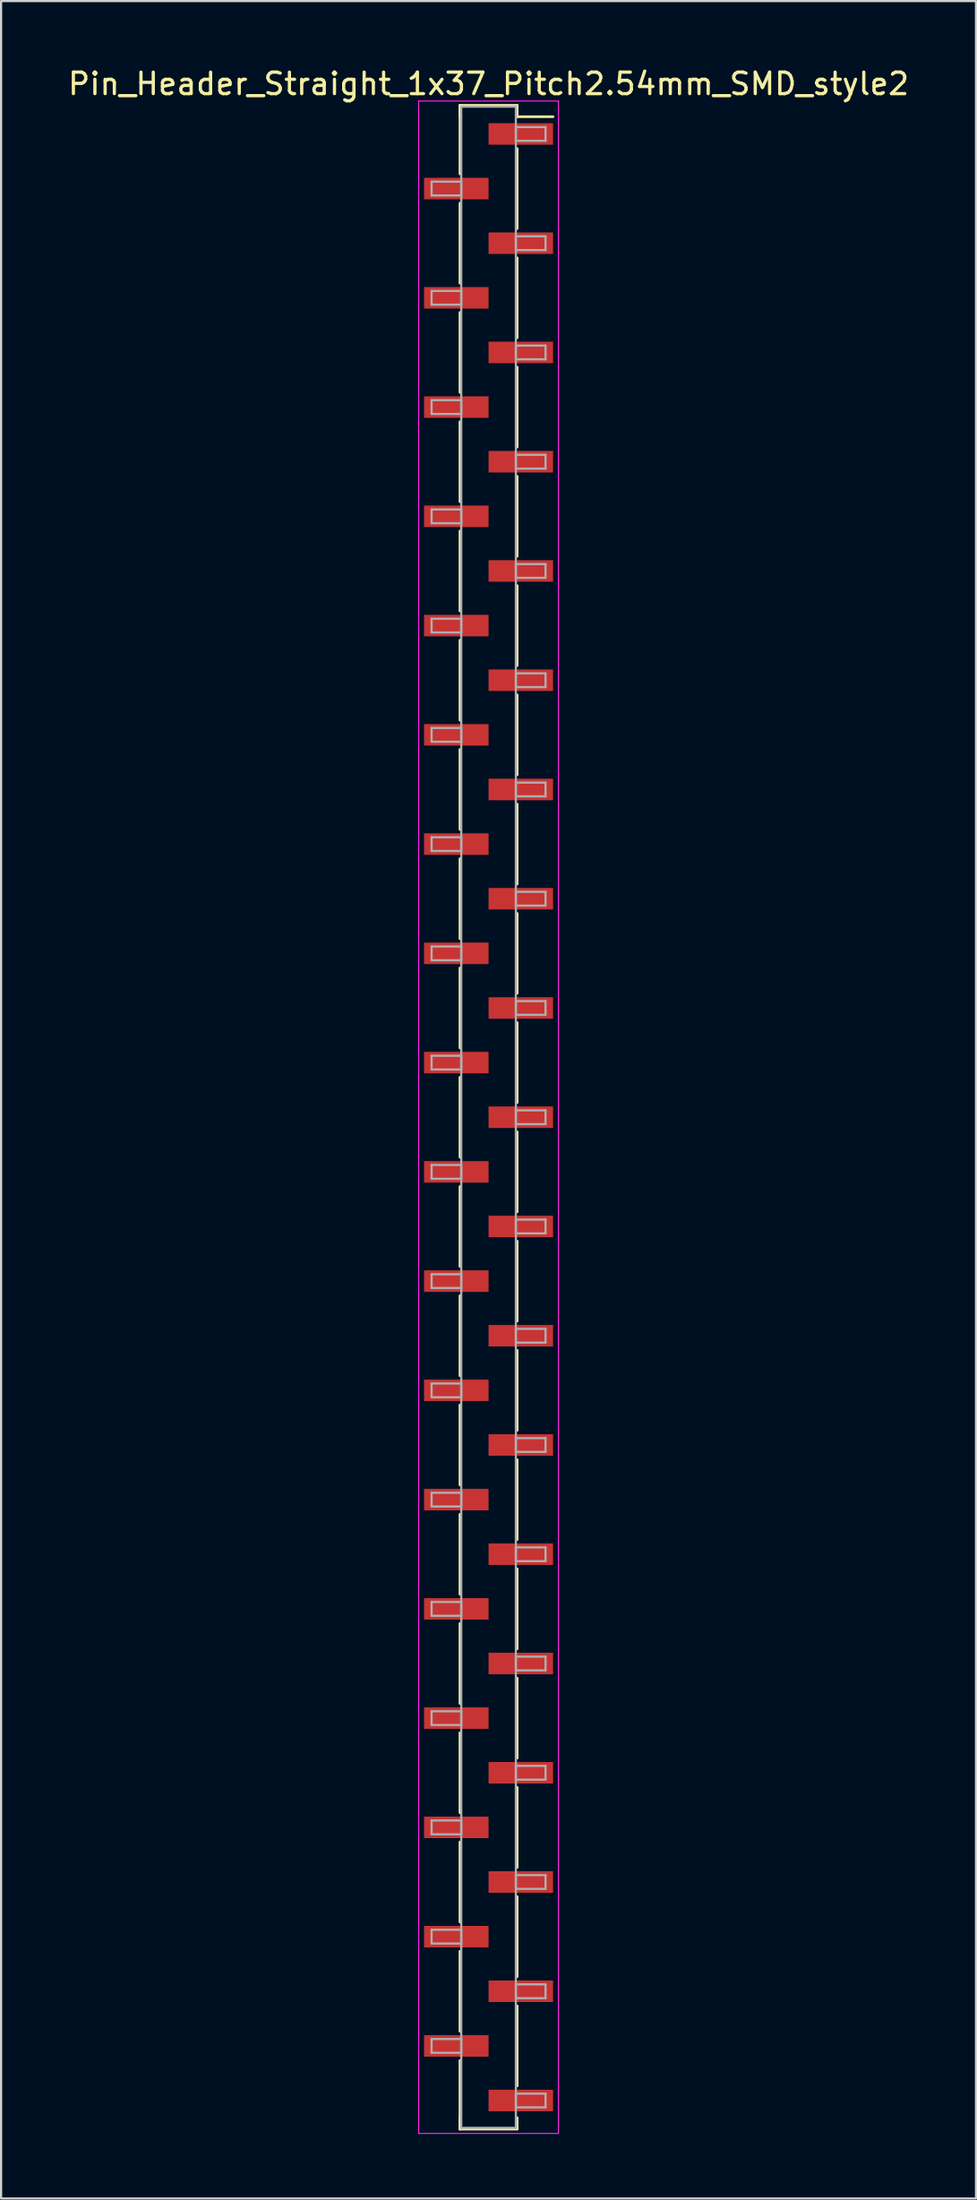
<source format=kicad_pcb>
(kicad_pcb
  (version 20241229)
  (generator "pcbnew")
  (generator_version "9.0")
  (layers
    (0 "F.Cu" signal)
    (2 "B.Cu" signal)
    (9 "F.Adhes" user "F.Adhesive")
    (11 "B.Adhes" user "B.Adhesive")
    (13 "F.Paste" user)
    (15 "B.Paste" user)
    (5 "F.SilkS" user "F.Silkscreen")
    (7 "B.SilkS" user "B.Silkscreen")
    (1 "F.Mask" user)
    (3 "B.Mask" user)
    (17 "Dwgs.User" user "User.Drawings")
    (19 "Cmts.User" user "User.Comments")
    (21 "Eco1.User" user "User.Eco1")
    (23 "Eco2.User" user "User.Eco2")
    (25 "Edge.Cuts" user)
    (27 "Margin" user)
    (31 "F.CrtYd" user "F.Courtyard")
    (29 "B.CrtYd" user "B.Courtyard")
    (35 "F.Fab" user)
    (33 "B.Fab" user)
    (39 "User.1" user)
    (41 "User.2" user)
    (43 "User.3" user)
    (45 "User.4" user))
  (footprint "Pin_Header_Straight_1x37_Pitch2.54mm_SMD_style2"
    (layer "F.Cu")
    (at 19.673 48.898)
    (property "Reference" "Pin_Header_Straight_1x37_Pitch2.54mm_SMD_style2" (at 0 -48.05 0) (layer "F.SilkS") (effects (font (size 1 1) (thickness 0.15))))
    (attr smd)
    (fp_line (start -1.33 -47.05) (end -1.33 -43.86) (stroke (width 0.12) (type solid)) (layer "F.SilkS"))
    (fp_line (start -1.33 -47.05) (end 1.33 -47.05) (stroke (width 0.12) (type solid)) (layer "F.SilkS"))
    (fp_line (start -1.33 -46.52) (end -1.33 -47.05) (stroke (width 0.12) (type solid)) (layer "F.SilkS"))
    (fp_line (start -1.33 -42.5) (end -1.33 -38.78) (stroke (width 0.12) (type solid)) (layer "F.SilkS"))
    (fp_line (start -1.33 -37.42) (end -1.33 -33.7) (stroke (width 0.12) (type solid)) (layer "F.SilkS"))
    (fp_line (start -1.33 -32.34) (end -1.33 -28.62) (stroke (width 0.12) (type solid)) (layer "F.SilkS"))
    (fp_line (start -1.33 -27.26) (end -1.33 -23.54) (stroke (width 0.12) (type solid)) (layer "F.SilkS"))
    (fp_line (start -1.33 -22.18) (end -1.33 -18.46) (stroke (width 0.12) (type solid)) (layer "F.SilkS"))
    (fp_line (start -1.33 -17.1) (end -1.33 -13.38) (stroke (width 0.12) (type solid)) (layer "F.SilkS"))
    (fp_line (start -1.33 -12.02) (end -1.33 -8.3) (stroke (width 0.12) (type solid)) (layer "F.SilkS"))
    (fp_line (start -1.33 -6.94) (end -1.33 -3.22) (stroke (width 0.12) (type solid)) (layer "F.SilkS"))
    (fp_line (start -1.33 -1.86) (end -1.33 1.86) (stroke (width 0.12) (type solid)) (layer "F.SilkS"))
    (fp_line (start -1.33 3.22) (end -1.33 6.94) (stroke (width 0.12) (type solid)) (layer "F.SilkS"))
    (fp_line (start -1.33 8.3) (end -1.33 12.02) (stroke (width 0.12) (type solid)) (layer "F.SilkS"))
    (fp_line (start -1.33 13.38) (end -1.33 17.1) (stroke (width 0.12) (type solid)) (layer "F.SilkS"))
    (fp_line (start -1.33 18.46) (end -1.33 22.18) (stroke (width 0.12) (type solid)) (layer "F.SilkS"))
    (fp_line (start -1.33 23.54) (end -1.33 27.26) (stroke (width 0.12) (type solid)) (layer "F.SilkS"))
    (fp_line (start -1.33 28.62) (end -1.33 32.34) (stroke (width 0.12) (type solid)) (layer "F.SilkS"))
    (fp_line (start -1.33 33.7) (end -1.33 37.42) (stroke (width 0.12) (type solid)) (layer "F.SilkS"))
    (fp_line (start -1.33 38.78) (end -1.33 42.5) (stroke (width 0.12) (type solid)) (layer "F.SilkS"))
    (fp_line (start -1.33 43.86) (end -1.33 47.05) (stroke (width 0.12) (type solid)) (layer "F.SilkS"))
    (fp_line (start -1.33 46.52) (end -1.33 47.05) (stroke (width 0.12) (type solid)) (layer "F.SilkS"))
    (fp_line (start -1.33 47.05) (end 1.33 47.05) (stroke (width 0.12) (type solid)) (layer "F.SilkS"))
    (fp_line (start 1.33 -47.05) (end 1.33 -46.52) (stroke (width 0.12) (type solid)) (layer "F.SilkS"))
    (fp_line (start 1.33 -46.52) (end 3 -46.52) (stroke (width 0.12) (type solid)) (layer "F.SilkS"))
    (fp_line (start 1.33 -45.04) (end 1.33 -41.32) (stroke (width 0.12) (type solid)) (layer "F.SilkS"))
    (fp_line (start 1.33 -39.96) (end 1.33 -36.24) (stroke (width 0.12) (type solid)) (layer "F.SilkS"))
    (fp_line (start 1.33 -34.88) (end 1.33 -31.16) (stroke (width 0.12) (type solid)) (layer "F.SilkS"))
    (fp_line (start 1.33 -29.8) (end 1.33 -26.08) (stroke (width 0.12) (type solid)) (layer "F.SilkS"))
    (fp_line (start 1.33 -24.72) (end 1.33 -21) (stroke (width 0.12) (type solid)) (layer "F.SilkS"))
    (fp_line (start 1.33 -19.64) (end 1.33 -15.92) (stroke (width 0.12) (type solid)) (layer "F.SilkS"))
    (fp_line (start 1.33 -14.56) (end 1.33 -10.84) (stroke (width 0.12) (type solid)) (layer "F.SilkS"))
    (fp_line (start 1.33 -9.48) (end 1.33 -5.76) (stroke (width 0.12) (type solid)) (layer "F.SilkS"))
    (fp_line (start 1.33 -4.4) (end 1.33 -0.68) (stroke (width 0.12) (type solid)) (layer "F.SilkS"))
    (fp_line (start 1.33 0.68) (end 1.33 4.4) (stroke (width 0.12) (type solid)) (layer "F.SilkS"))
    (fp_line (start 1.33 5.76) (end 1.33 9.48) (stroke (width 0.12) (type solid)) (layer "F.SilkS"))
    (fp_line (start 1.33 10.84) (end 1.33 14.56) (stroke (width 0.12) (type solid)) (layer "F.SilkS"))
    (fp_line (start 1.33 15.92) (end 1.33 19.64) (stroke (width 0.12) (type solid)) (layer "F.SilkS"))
    (fp_line (start 1.33 21) (end 1.33 24.72) (stroke (width 0.12) (type solid)) (layer "F.SilkS"))
    (fp_line (start 1.33 26.08) (end 1.33 29.8) (stroke (width 0.12) (type solid)) (layer "F.SilkS"))
    (fp_line (start 1.33 31.16) (end 1.33 34.88) (stroke (width 0.12) (type solid)) (layer "F.SilkS"))
    (fp_line (start 1.33 36.24) (end 1.33 39.96) (stroke (width 0.12) (type solid)) (layer "F.SilkS"))
    (fp_line (start 1.33 41.32) (end 1.33 45.04) (stroke (width 0.12) (type solid)) (layer "F.SilkS"))
    (fp_line (start 1.33 47.05) (end 1.33 46.52) (stroke (width 0.12) (type solid)) (layer "F.SilkS"))
    (fp_line (start -3.25 -47.25) (end -3.25 47.25) (stroke (width 0.05) (type solid)) (layer "F.CrtYd"))
    (fp_line (start -3.25 47.25) (end 3.25 47.25) (stroke (width 0.05) (type solid)) (layer "F.CrtYd"))
    (fp_line (start 3.25 -47.25) (end -3.25 -47.25) (stroke (width 0.05) (type solid)) (layer "F.CrtYd"))
    (fp_line (start 3.25 47.25) (end 3.25 -47.25) (stroke (width 0.05) (type solid)) (layer "F.CrtYd"))
    (fp_line (start -2.65 -43.5) (end -1.27 -43.5) (stroke (width 0.1) (type solid)) (layer "F.Fab"))
    (fp_line (start -2.65 -42.86) (end -2.65 -43.5) (stroke (width 0.1) (type solid)) (layer "F.Fab"))
    (fp_line (start -2.65 -38.42) (end -1.27 -38.42) (stroke (width 0.1) (type solid)) (layer "F.Fab"))
    (fp_line (start -2.65 -37.78) (end -2.65 -38.42) (stroke (width 0.1) (type solid)) (layer "F.Fab"))
    (fp_line (start -2.65 -33.34) (end -1.27 -33.34) (stroke (width 0.1) (type solid)) (layer "F.Fab"))
    (fp_line (start -2.65 -32.7) (end -2.65 -33.34) (stroke (width 0.1) (type solid)) (layer "F.Fab"))
    (fp_line (start -2.65 -28.26) (end -1.27 -28.26) (stroke (width 0.1) (type solid)) (layer "F.Fab"))
    (fp_line (start -2.65 -27.62) (end -2.65 -28.26) (stroke (width 0.1) (type solid)) (layer "F.Fab"))
    (fp_line (start -2.65 -23.18) (end -1.27 -23.18) (stroke (width 0.1) (type solid)) (layer "F.Fab"))
    (fp_line (start -2.65 -22.54) (end -2.65 -23.18) (stroke (width 0.1) (type solid)) (layer "F.Fab"))
    (fp_line (start -2.65 -18.1) (end -1.27 -18.1) (stroke (width 0.1) (type solid)) (layer "F.Fab"))
    (fp_line (start -2.65 -17.46) (end -2.65 -18.1) (stroke (width 0.1) (type solid)) (layer "F.Fab"))
    (fp_line (start -2.65 -13.02) (end -1.27 -13.02) (stroke (width 0.1) (type solid)) (layer "F.Fab"))
    (fp_line (start -2.65 -12.38) (end -2.65 -13.02) (stroke (width 0.1) (type solid)) (layer "F.Fab"))
    (fp_line (start -2.65 -7.94) (end -1.27 -7.94) (stroke (width 0.1) (type solid)) (layer "F.Fab"))
    (fp_line (start -2.65 -7.3) (end -2.65 -7.94) (stroke (width 0.1) (type solid)) (layer "F.Fab"))
    (fp_line (start -2.65 -2.86) (end -1.27 -2.86) (stroke (width 0.1) (type solid)) (layer "F.Fab"))
    (fp_line (start -2.65 -2.22) (end -2.65 -2.86) (stroke (width 0.1) (type solid)) (layer "F.Fab"))
    (fp_line (start -2.65 2.22) (end -1.27 2.22) (stroke (width 0.1) (type solid)) (layer "F.Fab"))
    (fp_line (start -2.65 2.86) (end -2.65 2.22) (stroke (width 0.1) (type solid)) (layer "F.Fab"))
    (fp_line (start -2.65 7.3) (end -1.27 7.3) (stroke (width 0.1) (type solid)) (layer "F.Fab"))
    (fp_line (start -2.65 7.94) (end -2.65 7.3) (stroke (width 0.1) (type solid)) (layer "F.Fab"))
    (fp_line (start -2.65 12.38) (end -1.27 12.38) (stroke (width 0.1) (type solid)) (layer "F.Fab"))
    (fp_line (start -2.65 13.02) (end -2.65 12.38) (stroke (width 0.1) (type solid)) (layer "F.Fab"))
    (fp_line (start -2.65 17.46) (end -1.27 17.46) (stroke (width 0.1) (type solid)) (layer "F.Fab"))
    (fp_line (start -2.65 18.1) (end -2.65 17.46) (stroke (width 0.1) (type solid)) (layer "F.Fab"))
    (fp_line (start -2.65 22.54) (end -1.27 22.54) (stroke (width 0.1) (type solid)) (layer "F.Fab"))
    (fp_line (start -2.65 23.18) (end -2.65 22.54) (stroke (width 0.1) (type solid)) (layer "F.Fab"))
    (fp_line (start -2.65 27.62) (end -1.27 27.62) (stroke (width 0.1) (type solid)) (layer "F.Fab"))
    (fp_line (start -2.65 28.26) (end -2.65 27.62) (stroke (width 0.1) (type solid)) (layer "F.Fab"))
    (fp_line (start -2.65 32.7) (end -1.27 32.7) (stroke (width 0.1) (type solid)) (layer "F.Fab"))
    (fp_line (start -2.65 33.34) (end -2.65 32.7) (stroke (width 0.1) (type solid)) (layer "F.Fab"))
    (fp_line (start -2.65 37.78) (end -1.27 37.78) (stroke (width 0.1) (type solid)) (layer "F.Fab"))
    (fp_line (start -2.65 38.42) (end -2.65 37.78) (stroke (width 0.1) (type solid)) (layer "F.Fab"))
    (fp_line (start -2.65 42.86) (end -1.27 42.86) (stroke (width 0.1) (type solid)) (layer "F.Fab"))
    (fp_line (start -2.65 43.5) (end -2.65 42.86) (stroke (width 0.1) (type solid)) (layer "F.Fab"))
    (fp_line (start -1.27 -46.99) (end -1.27 46.99) (stroke (width 0.1) (type solid)) (layer "F.Fab"))
    (fp_line (start -1.27 -43.5) (end -1.27 -42.86) (stroke (width 0.1) (type solid)) (layer "F.Fab"))
    (fp_line (start -1.27 -42.86) (end -2.65 -42.86) (stroke (width 0.1) (type solid)) (layer "F.Fab"))
    (fp_line (start -1.27 -38.42) (end -1.27 -37.78) (stroke (width 0.1) (type solid)) (layer "F.Fab"))
    (fp_line (start -1.27 -37.78) (end -2.65 -37.78) (stroke (width 0.1) (type solid)) (layer "F.Fab"))
    (fp_line (start -1.27 -33.34) (end -1.27 -32.7) (stroke (width 0.1) (type solid)) (layer "F.Fab"))
    (fp_line (start -1.27 -32.7) (end -2.65 -32.7) (stroke (width 0.1) (type solid)) (layer "F.Fab"))
    (fp_line (start -1.27 -28.26) (end -1.27 -27.62) (stroke (width 0.1) (type solid)) (layer "F.Fab"))
    (fp_line (start -1.27 -27.62) (end -2.65 -27.62) (stroke (width 0.1) (type solid)) (layer "F.Fab"))
    (fp_line (start -1.27 -23.18) (end -1.27 -22.54) (stroke (width 0.1) (type solid)) (layer "F.Fab"))
    (fp_line (start -1.27 -22.54) (end -2.65 -22.54) (stroke (width 0.1) (type solid)) (layer "F.Fab"))
    (fp_line (start -1.27 -18.1) (end -1.27 -17.46) (stroke (width 0.1) (type solid)) (layer "F.Fab"))
    (fp_line (start -1.27 -17.46) (end -2.65 -17.46) (stroke (width 0.1) (type solid)) (layer "F.Fab"))
    (fp_line (start -1.27 -13.02) (end -1.27 -12.38) (stroke (width 0.1) (type solid)) (layer "F.Fab"))
    (fp_line (start -1.27 -12.38) (end -2.65 -12.38) (stroke (width 0.1) (type solid)) (layer "F.Fab"))
    (fp_line (start -1.27 -7.94) (end -1.27 -7.3) (stroke (width 0.1) (type solid)) (layer "F.Fab"))
    (fp_line (start -1.27 -7.3) (end -2.65 -7.3) (stroke (width 0.1) (type solid)) (layer "F.Fab"))
    (fp_line (start -1.27 -2.86) (end -1.27 -2.22) (stroke (width 0.1) (type solid)) (layer "F.Fab"))
    (fp_line (start -1.27 -2.22) (end -2.65 -2.22) (stroke (width 0.1) (type solid)) (layer "F.Fab"))
    (fp_line (start -1.27 2.22) (end -1.27 2.86) (stroke (width 0.1) (type solid)) (layer "F.Fab"))
    (fp_line (start -1.27 2.86) (end -2.65 2.86) (stroke (width 0.1) (type solid)) (layer "F.Fab"))
    (fp_line (start -1.27 7.3) (end -1.27 7.94) (stroke (width 0.1) (type solid)) (layer "F.Fab"))
    (fp_line (start -1.27 7.94) (end -2.65 7.94) (stroke (width 0.1) (type solid)) (layer "F.Fab"))
    (fp_line (start -1.27 12.38) (end -1.27 13.02) (stroke (width 0.1) (type solid)) (layer "F.Fab"))
    (fp_line (start -1.27 13.02) (end -2.65 13.02) (stroke (width 0.1) (type solid)) (layer "F.Fab"))
    (fp_line (start -1.27 17.46) (end -1.27 18.1) (stroke (width 0.1) (type solid)) (layer "F.Fab"))
    (fp_line (start -1.27 18.1) (end -2.65 18.1) (stroke (width 0.1) (type solid)) (layer "F.Fab"))
    (fp_line (start -1.27 22.54) (end -1.27 23.18) (stroke (width 0.1) (type solid)) (layer "F.Fab"))
    (fp_line (start -1.27 23.18) (end -2.65 23.18) (stroke (width 0.1) (type solid)) (layer "F.Fab"))
    (fp_line (start -1.27 27.62) (end -1.27 28.26) (stroke (width 0.1) (type solid)) (layer "F.Fab"))
    (fp_line (start -1.27 28.26) (end -2.65 28.26) (stroke (width 0.1) (type solid)) (layer "F.Fab"))
    (fp_line (start -1.27 32.7) (end -1.27 33.34) (stroke (width 0.1) (type solid)) (layer "F.Fab"))
    (fp_line (start -1.27 33.34) (end -2.65 33.34) (stroke (width 0.1) (type solid)) (layer "F.Fab"))
    (fp_line (start -1.27 37.78) (end -1.27 38.42) (stroke (width 0.1) (type solid)) (layer "F.Fab"))
    (fp_line (start -1.27 38.42) (end -2.65 38.42) (stroke (width 0.1) (type solid)) (layer "F.Fab"))
    (fp_line (start -1.27 42.86) (end -1.27 43.5) (stroke (width 0.1) (type solid)) (layer "F.Fab"))
    (fp_line (start -1.27 43.5) (end -2.65 43.5) (stroke (width 0.1) (type solid)) (layer "F.Fab"))
    (fp_line (start -1.27 46.99) (end 1.27 46.99) (stroke (width 0.1) (type solid)) (layer "F.Fab"))
    (fp_line (start 1.27 -46.99) (end -1.27 -46.99) (stroke (width 0.1) (type solid)) (layer "F.Fab"))
    (fp_line (start 1.27 -46.04) (end 1.27 -45.4) (stroke (width 0.1) (type solid)) (layer "F.Fab"))
    (fp_line (start 1.27 -45.4) (end 2.65 -45.4) (stroke (width 0.1) (type solid)) (layer "F.Fab"))
    (fp_line (start 1.27 -40.96) (end 1.27 -40.32) (stroke (width 0.1) (type solid)) (layer "F.Fab"))
    (fp_line (start 1.27 -40.32) (end 2.65 -40.32) (stroke (width 0.1) (type solid)) (layer "F.Fab"))
    (fp_line (start 1.27 -35.88) (end 1.27 -35.24) (stroke (width 0.1) (type solid)) (layer "F.Fab"))
    (fp_line (start 1.27 -35.24) (end 2.65 -35.24) (stroke (width 0.1) (type solid)) (layer "F.Fab"))
    (fp_line (start 1.27 -30.8) (end 1.27 -30.16) (stroke (width 0.1) (type solid)) (layer "F.Fab"))
    (fp_line (start 1.27 -30.16) (end 2.65 -30.16) (stroke (width 0.1) (type solid)) (layer "F.Fab"))
    (fp_line (start 1.27 -25.72) (end 1.27 -25.08) (stroke (width 0.1) (type solid)) (layer "F.Fab"))
    (fp_line (start 1.27 -25.08) (end 2.65 -25.08) (stroke (width 0.1) (type solid)) (layer "F.Fab"))
    (fp_line (start 1.27 -20.64) (end 1.27 -20) (stroke (width 0.1) (type solid)) (layer "F.Fab"))
    (fp_line (start 1.27 -20) (end 2.65 -20) (stroke (width 0.1) (type solid)) (layer "F.Fab"))
    (fp_line (start 1.27 -15.56) (end 1.27 -14.92) (stroke (width 0.1) (type solid)) (layer "F.Fab"))
    (fp_line (start 1.27 -14.92) (end 2.65 -14.92) (stroke (width 0.1) (type solid)) (layer "F.Fab"))
    (fp_line (start 1.27 -10.48) (end 1.27 -9.84) (stroke (width 0.1) (type solid)) (layer "F.Fab"))
    (fp_line (start 1.27 -9.84) (end 2.65 -9.84) (stroke (width 0.1) (type solid)) (layer "F.Fab"))
    (fp_line (start 1.27 -5.4) (end 1.27 -4.76) (stroke (width 0.1) (type solid)) (layer "F.Fab"))
    (fp_line (start 1.27 -4.76) (end 2.65 -4.76) (stroke (width 0.1) (type solid)) (layer "F.Fab"))
    (fp_line (start 1.27 -0.32) (end 1.27 0.32) (stroke (width 0.1) (type solid)) (layer "F.Fab"))
    (fp_line (start 1.27 0.32) (end 2.65 0.32) (stroke (width 0.1) (type solid)) (layer "F.Fab"))
    (fp_line (start 1.27 4.76) (end 1.27 5.4) (stroke (width 0.1) (type solid)) (layer "F.Fab"))
    (fp_line (start 1.27 5.4) (end 2.65 5.4) (stroke (width 0.1) (type solid)) (layer "F.Fab"))
    (fp_line (start 1.27 9.84) (end 1.27 10.48) (stroke (width 0.1) (type solid)) (layer "F.Fab"))
    (fp_line (start 1.27 10.48) (end 2.65 10.48) (stroke (width 0.1) (type solid)) (layer "F.Fab"))
    (fp_line (start 1.27 14.92) (end 1.27 15.56) (stroke (width 0.1) (type solid)) (layer "F.Fab"))
    (fp_line (start 1.27 15.56) (end 2.65 15.56) (stroke (width 0.1) (type solid)) (layer "F.Fab"))
    (fp_line (start 1.27 20) (end 1.27 20.64) (stroke (width 0.1) (type solid)) (layer "F.Fab"))
    (fp_line (start 1.27 20.64) (end 2.65 20.64) (stroke (width 0.1) (type solid)) (layer "F.Fab"))
    (fp_line (start 1.27 25.08) (end 1.27 25.72) (stroke (width 0.1) (type solid)) (layer "F.Fab"))
    (fp_line (start 1.27 25.72) (end 2.65 25.72) (stroke (width 0.1) (type solid)) (layer "F.Fab"))
    (fp_line (start 1.27 30.16) (end 1.27 30.8) (stroke (width 0.1) (type solid)) (layer "F.Fab"))
    (fp_line (start 1.27 30.8) (end 2.65 30.8) (stroke (width 0.1) (type solid)) (layer "F.Fab"))
    (fp_line (start 1.27 35.24) (end 1.27 35.88) (stroke (width 0.1) (type solid)) (layer "F.Fab"))
    (fp_line (start 1.27 35.88) (end 2.65 35.88) (stroke (width 0.1) (type solid)) (layer "F.Fab"))
    (fp_line (start 1.27 40.32) (end 1.27 40.96) (stroke (width 0.1) (type solid)) (layer "F.Fab"))
    (fp_line (start 1.27 40.96) (end 2.65 40.96) (stroke (width 0.1) (type solid)) (layer "F.Fab"))
    (fp_line (start 1.27 45.4) (end 1.27 46.04) (stroke (width 0.1) (type solid)) (layer "F.Fab"))
    (fp_line (start 1.27 46.04) (end 2.65 46.04) (stroke (width 0.1) (type solid)) (layer "F.Fab"))
    (fp_line (start 1.27 46.99) (end 1.27 -46.99) (stroke (width 0.1) (type solid)) (layer "F.Fab"))
    (fp_line (start 2.65 -46.04) (end 1.27 -46.04) (stroke (width 0.1) (type solid)) (layer "F.Fab"))
    (fp_line (start 2.65 -45.4) (end 2.65 -46.04) (stroke (width 0.1) (type solid)) (layer "F.Fab"))
    (fp_line (start 2.65 -40.96) (end 1.27 -40.96) (stroke (width 0.1) (type solid)) (layer "F.Fab"))
    (fp_line (start 2.65 -40.32) (end 2.65 -40.96) (stroke (width 0.1) (type solid)) (layer "F.Fab"))
    (fp_line (start 2.65 -35.88) (end 1.27 -35.88) (stroke (width 0.1) (type solid)) (layer "F.Fab"))
    (fp_line (start 2.65 -35.24) (end 2.65 -35.88) (stroke (width 0.1) (type solid)) (layer "F.Fab"))
    (fp_line (start 2.65 -30.8) (end 1.27 -30.8) (stroke (width 0.1) (type solid)) (layer "F.Fab"))
    (fp_line (start 2.65 -30.16) (end 2.65 -30.8) (stroke (width 0.1) (type solid)) (layer "F.Fab"))
    (fp_line (start 2.65 -25.72) (end 1.27 -25.72) (stroke (width 0.1) (type solid)) (layer "F.Fab"))
    (fp_line (start 2.65 -25.08) (end 2.65 -25.72) (stroke (width 0.1) (type solid)) (layer "F.Fab"))
    (fp_line (start 2.65 -20.64) (end 1.27 -20.64) (stroke (width 0.1) (type solid)) (layer "F.Fab"))
    (fp_line (start 2.65 -20) (end 2.65 -20.64) (stroke (width 0.1) (type solid)) (layer "F.Fab"))
    (fp_line (start 2.65 -15.56) (end 1.27 -15.56) (stroke (width 0.1) (type solid)) (layer "F.Fab"))
    (fp_line (start 2.65 -14.92) (end 2.65 -15.56) (stroke (width 0.1) (type solid)) (layer "F.Fab"))
    (fp_line (start 2.65 -10.48) (end 1.27 -10.48) (stroke (width 0.1) (type solid)) (layer "F.Fab"))
    (fp_line (start 2.65 -9.84) (end 2.65 -10.48) (stroke (width 0.1) (type solid)) (layer "F.Fab"))
    (fp_line (start 2.65 -5.4) (end 1.27 -5.4) (stroke (width 0.1) (type solid)) (layer "F.Fab"))
    (fp_line (start 2.65 -4.76) (end 2.65 -5.4) (stroke (width 0.1) (type solid)) (layer "F.Fab"))
    (fp_line (start 2.65 -0.32) (end 1.27 -0.32) (stroke (width 0.1) (type solid)) (layer "F.Fab"))
    (fp_line (start 2.65 0.32) (end 2.65 -0.32) (stroke (width 0.1) (type solid)) (layer "F.Fab"))
    (fp_line (start 2.65 4.76) (end 1.27 4.76) (stroke (width 0.1) (type solid)) (layer "F.Fab"))
    (fp_line (start 2.65 5.4) (end 2.65 4.76) (stroke (width 0.1) (type solid)) (layer "F.Fab"))
    (fp_line (start 2.65 9.84) (end 1.27 9.84) (stroke (width 0.1) (type solid)) (layer "F.Fab"))
    (fp_line (start 2.65 10.48) (end 2.65 9.84) (stroke (width 0.1) (type solid)) (layer "F.Fab"))
    (fp_line (start 2.65 14.92) (end 1.27 14.92) (stroke (width 0.1) (type solid)) (layer "F.Fab"))
    (fp_line (start 2.65 15.56) (end 2.65 14.92) (stroke (width 0.1) (type solid)) (layer "F.Fab"))
    (fp_line (start 2.65 20) (end 1.27 20) (stroke (width 0.1) (type solid)) (layer "F.Fab"))
    (fp_line (start 2.65 20.64) (end 2.65 20) (stroke (width 0.1) (type solid)) (layer "F.Fab"))
    (fp_line (start 2.65 25.08) (end 1.27 25.08) (stroke (width 0.1) (type solid)) (layer "F.Fab"))
    (fp_line (start 2.65 25.72) (end 2.65 25.08) (stroke (width 0.1) (type solid)) (layer "F.Fab"))
    (fp_line (start 2.65 30.16) (end 1.27 30.16) (stroke (width 0.1) (type solid)) (layer "F.Fab"))
    (fp_line (start 2.65 30.8) (end 2.65 30.16) (stroke (width 0.1) (type solid)) (layer "F.Fab"))
    (fp_line (start 2.65 35.24) (end 1.27 35.24) (stroke (width 0.1) (type solid)) (layer "F.Fab"))
    (fp_line (start 2.65 35.88) (end 2.65 35.24) (stroke (width 0.1) (type solid)) (layer "F.Fab"))
    (fp_line (start 2.65 40.32) (end 1.27 40.32) (stroke (width 0.1) (type solid)) (layer "F.Fab"))
    (fp_line (start 2.65 40.96) (end 2.65 40.32) (stroke (width 0.1) (type solid)) (layer "F.Fab"))
    (fp_line (start 2.65 45.4) (end 1.27 45.4) (stroke (width 0.1) (type solid)) (layer "F.Fab"))
    (fp_line (start 2.65 46.04) (end 2.65 45.4) (stroke (width 0.1) (type solid)) (layer "F.Fab"))
    (pad "1" smd rect (at 1.5 -45.72) (size 3 1) (layers "F.Cu" "F.Mask"))
    (pad "2" smd rect (at -1.5 -43.18) (size 3 1) (layers "F.Cu" "F.Mask"))
    (pad "3" smd rect (at 1.5 -40.64) (size 3 1) (layers "F.Cu" "F.Mask"))
    (pad "4" smd rect (at -1.5 -38.1) (size 3 1) (layers "F.Cu" "F.Mask"))
    (pad "5" smd rect (at 1.5 -35.56) (size 3 1) (layers "F.Cu" "F.Mask"))
    (pad "6" smd rect (at -1.5 -33.02) (size 3 1) (layers "F.Cu" "F.Mask"))
    (pad "7" smd rect (at 1.5 -30.48) (size 3 1) (layers "F.Cu" "F.Mask"))
    (pad "8" smd rect (at -1.5 -27.94) (size 3 1) (layers "F.Cu" "F.Mask"))
    (pad "9" smd rect (at 1.5 -25.4) (size 3 1) (layers "F.Cu" "F.Mask"))
    (pad "10" smd rect (at -1.5 -22.86) (size 3 1) (layers "F.Cu" "F.Mask"))
    (pad "11" smd rect (at 1.5 -20.32) (size 3 1) (layers "F.Cu" "F.Mask"))
    (pad "12" smd rect (at -1.5 -17.78) (size 3 1) (layers "F.Cu" "F.Mask"))
    (pad "13" smd rect (at 1.5 -15.24) (size 3 1) (layers "F.Cu" "F.Mask"))
    (pad "14" smd rect (at -1.5 -12.7) (size 3 1) (layers "F.Cu" "F.Mask"))
    (pad "15" smd rect (at 1.5 -10.16) (size 3 1) (layers "F.Cu" "F.Mask"))
    (pad "16" smd rect (at -1.5 -7.62) (size 3 1) (layers "F.Cu" "F.Mask"))
    (pad "17" smd rect (at 1.5 -5.08) (size 3 1) (layers "F.Cu" "F.Mask"))
    (pad "18" smd rect (at -1.5 -2.54) (size 3 1) (layers "F.Cu" "F.Mask"))
    (pad "19" smd rect (at 1.5 0) (size 3 1) (layers "F.Cu" "F.Mask"))
    (pad "20" smd rect (at -1.5 2.54) (size 3 1) (layers "F.Cu" "F.Mask"))
    (pad "21" smd rect (at 1.5 5.08) (size 3 1) (layers "F.Cu" "F.Mask"))
    (pad "22" smd rect (at -1.5 7.62) (size 3 1) (layers "F.Cu" "F.Mask"))
    (pad "23" smd rect (at 1.5 10.16) (size 3 1) (layers "F.Cu" "F.Mask"))
    (pad "24" smd rect (at -1.5 12.7) (size 3 1) (layers "F.Cu" "F.Mask"))
    (pad "25" smd rect (at 1.5 15.24) (size 3 1) (layers "F.Cu" "F.Mask"))
    (pad "26" smd rect (at -1.5 17.78) (size 3 1) (layers "F.Cu" "F.Mask"))
    (pad "27" smd rect (at 1.5 20.32) (size 3 1) (layers "F.Cu" "F.Mask"))
    (pad "28" smd rect (at -1.5 22.86) (size 3 1) (layers "F.Cu" "F.Mask"))
    (pad "29" smd rect (at 1.5 25.4) (size 3 1) (layers "F.Cu" "F.Mask"))
    (pad "30" smd rect (at -1.5 27.94) (size 3 1) (layers "F.Cu" "F.Mask"))
    (pad "31" smd rect (at 1.5 30.48) (size 3 1) (layers "F.Cu" "F.Mask"))
    (pad "32" smd rect (at -1.5 33.02) (size 3 1) (layers "F.Cu" "F.Mask"))
    (pad "33" smd rect (at 1.5 35.56) (size 3 1) (layers "F.Cu" "F.Mask"))
    (pad "34" smd rect (at -1.5 38.1) (size 3 1) (layers "F.Cu" "F.Mask"))
    (pad "35" smd rect (at 1.5 40.64) (size 3 1) (layers "F.Cu" "F.Mask"))
    (pad "36" smd rect (at -1.5 43.18) (size 3 1) (layers "F.Cu" "F.Mask"))
    (pad "37" smd rect (at 1.5 45.72) (size 3 1) (layers "F.Cu" "F.Mask")))
  (gr_rect
    (start -3 -3)
    (end 42.345 99.173)
    (stroke (width 0.1) (type default))
    (fill no)
    (layer "Edge.Cuts")))
</source>
